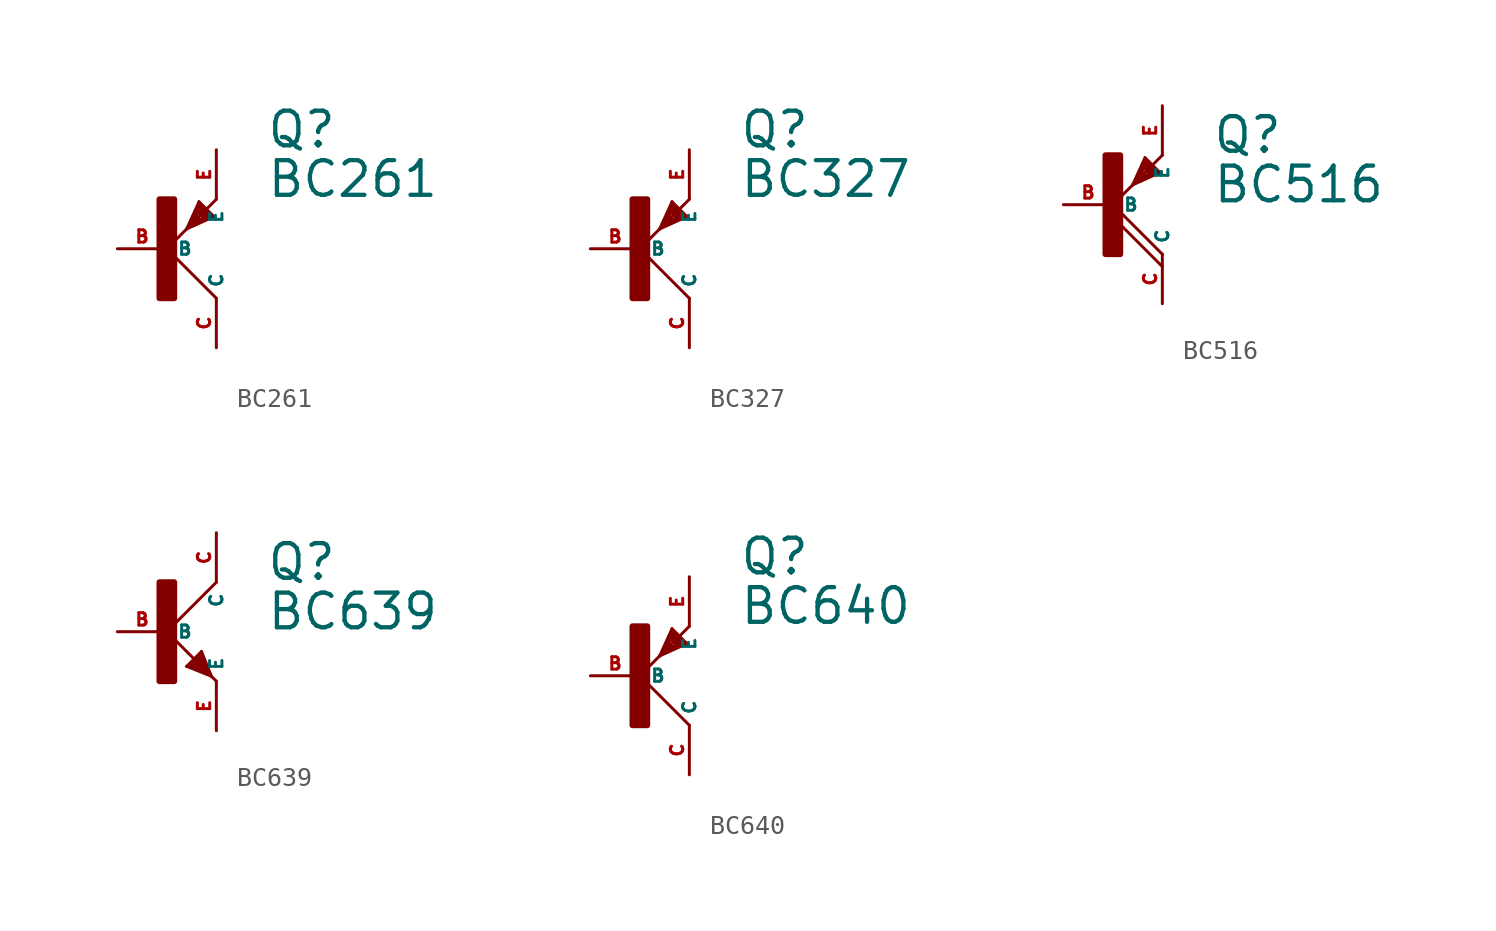
<source format=kicad_sym>
(kicad_symbol_lib
  (version 20220914)
  (generator Eagle2Kicad)
  (symbol "BC261"
    (property "Reference" "Q"
      (at 5.08 5.08 0)
      (effects (font (size 1.778 1.778) (thickness 0.22)) (justify left bottom)))
    (property "Value" "BC261"
      (at 5.08 2.54 0)
      (effects (font (size 1.778 1.778) (thickness 0.22)) (justify left bottom)))
    (polyline
      (pts (xy 2.54 -2.54) (xy 0 0))
      (stroke (width 0.152) (type default))
      (fill (type none)))
    (polyline
      (pts (xy 0 0) (xy 1.016 1.016))
      (stroke (width 0.152) (type default))
      (fill (type none)))
    (polyline
      (pts (xy 1.651 2.413) (xy 1.016 1.016))
      (stroke (width 0.152) (type default))
      (fill (type none)))
    (polyline
      (pts (xy 1.016 1.016) (xy 1.27 1.27))
      (stroke (width 0.152) (type default))
      (fill (type none)))
    (polyline
      (pts (xy 1.27 1.27) (xy 2.54 2.54))
      (stroke (width 0.152) (type default))
      (fill (type none)))
    (polyline
      (pts (xy 1.016 1.016) (xy 2.413 1.651))
      (stroke (width 0.152) (type default))
      (fill (type none)))
    (polyline
      (pts (xy 2.413 1.651) (xy 1.651 2.413))
      (stroke (width 0.152) (type default))
      (fill (type none)))
    (polyline
      (pts (xy 1.27 1.27) (xy 1.651 2.159))
      (stroke (width 0.254) (type default))
      (fill (type none)))
    (polyline
      (pts (xy 1.651 2.159) (xy 2.159 1.651))
      (stroke (width 0.254) (type default))
      (fill (type none)))
    (polyline
      (pts (xy 2.159 1.651) (xy 1.27 1.27))
      (stroke (width 0.254) (type default))
      (fill (type none)))
    (polyline
      (pts (xy 1.651 1.905) (xy 1.905 1.651))
      (stroke (width 0.254) (type default))
      (fill (type none)))
    (rectangle
      (start -0.381 -2.54)
      (end 0.381 2.54)
      (stroke (width 0.3) (type default))
      (fill (type outline)))
    (pin passive line
      (at -2.54 0 0)
      (length 2.54)
      (name "B" (effects (font (size 0.635 0.635) (thickness 0.08)) (justify left bottom)))
      (number "B" (effects (font (size 0.635 0.635) (thickness 0.08)) (justify left bottom))))
    (pin passive line
      (at 2.54 5.08 270)
      (length 2.54)
      (name "E" (effects (font (size 0.635 0.635) (thickness 0.08)) (justify left bottom)))
      (number "E" (effects (font (size 0.635 0.635) (thickness 0.08)) (justify left bottom))))
    (pin passive line
      (at 2.54 -5.08 90)
      (length 2.54)
      (name "C" (effects (font (size 0.635 0.635) (thickness 0.08)) (justify left bottom)))
      (number "C" (effects (font (size 0.635 0.635) (thickness 0.08)) (justify left bottom)))))
  (symbol "BC327"
    (property "Reference" "Q"
      (at 5.08 5.08 0)
      (effects (font (size 1.778 1.778) (thickness 0.22)) (justify left bottom)))
    (property "Value" "BC327"
      (at 5.08 2.54 0)
      (effects (font (size 1.778 1.778) (thickness 0.22)) (justify left bottom)))
    (polyline
      (pts (xy 2.54 -2.54) (xy 0 0))
      (stroke (width 0.152) (type default))
      (fill (type none)))
    (polyline
      (pts (xy 0 0) (xy 1.016 1.016))
      (stroke (width 0.152) (type default))
      (fill (type none)))
    (polyline
      (pts (xy 1.651 2.413) (xy 1.016 1.016))
      (stroke (width 0.152) (type default))
      (fill (type none)))
    (polyline
      (pts (xy 1.016 1.016) (xy 1.27 1.27))
      (stroke (width 0.152) (type default))
      (fill (type none)))
    (polyline
      (pts (xy 1.27 1.27) (xy 2.54 2.54))
      (stroke (width 0.152) (type default))
      (fill (type none)))
    (polyline
      (pts (xy 1.016 1.016) (xy 2.413 1.651))
      (stroke (width 0.152) (type default))
      (fill (type none)))
    (polyline
      (pts (xy 2.413 1.651) (xy 1.651 2.413))
      (stroke (width 0.152) (type default))
      (fill (type none)))
    (polyline
      (pts (xy 1.27 1.27) (xy 1.651 2.159))
      (stroke (width 0.254) (type default))
      (fill (type none)))
    (polyline
      (pts (xy 1.651 2.159) (xy 2.159 1.651))
      (stroke (width 0.254) (type default))
      (fill (type none)))
    (polyline
      (pts (xy 2.159 1.651) (xy 1.27 1.27))
      (stroke (width 0.254) (type default))
      (fill (type none)))
    (polyline
      (pts (xy 1.651 1.905) (xy 1.905 1.651))
      (stroke (width 0.254) (type default))
      (fill (type none)))
    (rectangle
      (start -0.381 -2.54)
      (end 0.381 2.54)
      (stroke (width 0.3) (type default))
      (fill (type outline)))
    (pin passive line
      (at -2.54 0 0)
      (length 2.54)
      (name "B" (effects (font (size 0.635 0.635) (thickness 0.08)) (justify left bottom)))
      (number "B" (effects (font (size 0.635 0.635) (thickness 0.08)) (justify left bottom))))
    (pin passive line
      (at 2.54 5.08 270)
      (length 2.54)
      (name "E" (effects (font (size 0.635 0.635) (thickness 0.08)) (justify left bottom)))
      (number "E" (effects (font (size 0.635 0.635) (thickness 0.08)) (justify left bottom))))
    (pin passive line
      (at 2.54 -5.08 90)
      (length 2.54)
      (name "C" (effects (font (size 0.635 0.635) (thickness 0.08)) (justify left bottom)))
      (number "C" (effects (font (size 0.635 0.635) (thickness 0.08)) (justify left bottom)))))
  (symbol "BC516"
    (property "Reference" "Q"
      (at 5.08 2.54 0)
      (effects (font (size 1.778 1.778) (thickness 0.22)) (justify left bottom)))
    (property "Value" "BC516"
      (at 5.08 0 0)
      (effects (font (size 1.778 1.778) (thickness 0.22)) (justify left bottom)))
    (polyline
      (pts (xy 2.54 -2.54) (xy 0 0))
      (stroke (width 0.152) (type default))
      (fill (type none)))
    (polyline
      (pts (xy 0 0) (xy 1.016 1.016))
      (stroke (width 0.152) (type default))
      (fill (type none)))
    (polyline
      (pts (xy 1.651 2.413) (xy 1.016 1.016))
      (stroke (width 0.152) (type default))
      (fill (type none)))
    (polyline
      (pts (xy 1.016 1.016) (xy 1.27 1.27))
      (stroke (width 0.152) (type default))
      (fill (type none)))
    (polyline
      (pts (xy 1.27 1.27) (xy 2.54 2.54))
      (stroke (width 0.152) (type default))
      (fill (type none)))
    (polyline
      (pts (xy 1.016 1.016) (xy 2.413 1.651))
      (stroke (width 0.152) (type default))
      (fill (type none)))
    (polyline
      (pts (xy 2.413 1.651) (xy 1.651 2.413))
      (stroke (width 0.152) (type default))
      (fill (type none)))
    (polyline
      (pts (xy 2.54 -3.175) (xy 0 -0.635))
      (stroke (width 0.152) (type default))
      (fill (type none)))
    (polyline
      (pts (xy 1.27 1.27) (xy 2.159 1.651))
      (stroke (width 0.254) (type default))
      (fill (type none)))
    (polyline
      (pts (xy 2.159 1.651) (xy 1.651 2.159))
      (stroke (width 0.254) (type default))
      (fill (type none)))
    (polyline
      (pts (xy 1.651 2.159) (xy 1.27 1.27))
      (stroke (width 0.254) (type default))
      (fill (type none)))
    (polyline
      (pts (xy 1.651 1.905) (xy 1.905 1.651))
      (stroke (width 0.254) (type default))
      (fill (type none)))
    (rectangle
      (start -0.381 -2.54)
      (end 0.381 2.54)
      (stroke (width 0.3) (type default))
      (fill (type outline)))
    (pin passive line
      (at -2.54 0 0)
      (length 2.54)
      (name "B" (effects (font (size 0.635 0.635) (thickness 0.08)) (justify left bottom)))
      (number "B" (effects (font (size 0.635 0.635) (thickness 0.08)) (justify left bottom))))
    (pin passive line
      (at 2.54 5.08 270)
      (length 2.54)
      (name "E" (effects (font (size 0.635 0.635) (thickness 0.08)) (justify left bottom)))
      (number "E" (effects (font (size 0.635 0.635) (thickness 0.08)) (justify left bottom))))
    (pin passive line
      (at 2.54 -5.08 90)
      (length 2.54)
      (name "C" (effects (font (size 0.635 0.635) (thickness 0.08)) (justify left bottom)))
      (number "C" (effects (font (size 0.635 0.635) (thickness 0.08)) (justify left bottom)))))
  (symbol "BC639"
    (property "Reference" "Q"
      (at 5.08 2.54 0)
      (effects (font (size 1.778 1.778) (thickness 0.22)) (justify left bottom)))
    (property "Value" "BC639"
      (at 5.08 0 0)
      (effects (font (size 1.778 1.778) (thickness 0.22)) (justify left bottom)))
    (polyline
      (pts (xy 2.54 2.54) (xy 0 0))
      (stroke (width 0.152) (type default))
      (fill (type none)))
    (polyline
      (pts (xy 0 0) (xy 2.032 -2.032))
      (stroke (width 0.152) (type default))
      (fill (type none)))
    (polyline
      (pts (xy 2.032 -2.032) (xy 2.286 -2.286))
      (stroke (width 0.152) (type default))
      (fill (type none)))
    (polyline
      (pts (xy 1.778 -1.016) (xy 2.286 -2.286))
      (stroke (width 0.152) (type default))
      (fill (type none)))
    (polyline
      (pts (xy 2.286 -2.286) (xy 2.54 -2.54))
      (stroke (width 0.152) (type default))
      (fill (type none)))
    (polyline
      (pts (xy 2.286 -2.286) (xy 1.016 -1.778))
      (stroke (width 0.152) (type default))
      (fill (type none)))
    (polyline
      (pts (xy 1.016 -1.778) (xy 1.778 -1.016))
      (stroke (width 0.152) (type default))
      (fill (type none)))
    (polyline
      (pts (xy 2.032 -2.032) (xy 1.778 -1.27))
      (stroke (width 0.254) (type default))
      (fill (type none)))
    (polyline
      (pts (xy 1.778 -1.27) (xy 1.27 -1.778))
      (stroke (width 0.254) (type default))
      (fill (type none)))
    (polyline
      (pts (xy 1.27 -1.778) (xy 2.032 -2.032))
      (stroke (width 0.254) (type default))
      (fill (type none)))
    (polyline
      (pts (xy 1.524 -1.778) (xy 1.778 -1.524))
      (stroke (width 0.254) (type default))
      (fill (type none)))
    (rectangle
      (start -0.381 -2.54)
      (end 0.381 2.54)
      (stroke (width 0.3) (type default))
      (fill (type outline)))
    (pin passive line
      (at -2.54 0 0)
      (length 2.54)
      (name "B" (effects (font (size 0.635 0.635) (thickness 0.08)) (justify left bottom)))
      (number "B" (effects (font (size 0.635 0.635) (thickness 0.08)) (justify left bottom))))
    (pin passive line
      (at 2.54 -5.08 90)
      (length 2.54)
      (name "E" (effects (font (size 0.635 0.635) (thickness 0.08)) (justify left bottom)))
      (number "E" (effects (font (size 0.635 0.635) (thickness 0.08)) (justify left bottom))))
    (pin passive line
      (at 2.54 5.08 270)
      (length 2.54)
      (name "C" (effects (font (size 0.635 0.635) (thickness 0.08)) (justify left bottom)))
      (number "C" (effects (font (size 0.635 0.635) (thickness 0.08)) (justify left bottom)))))
  (symbol "BC640"
    (property "Reference" "Q"
      (at 5.08 5.08 0)
      (effects (font (size 1.778 1.778) (thickness 0.22)) (justify left bottom)))
    (property "Value" "BC640"
      (at 5.08 2.54 0)
      (effects (font (size 1.778 1.778) (thickness 0.22)) (justify left bottom)))
    (polyline
      (pts (xy 2.54 -2.54) (xy 0 0))
      (stroke (width 0.152) (type default))
      (fill (type none)))
    (polyline
      (pts (xy 0 0) (xy 1.016 1.016))
      (stroke (width 0.152) (type default))
      (fill (type none)))
    (polyline
      (pts (xy 1.651 2.413) (xy 1.016 1.016))
      (stroke (width 0.152) (type default))
      (fill (type none)))
    (polyline
      (pts (xy 1.016 1.016) (xy 1.27 1.27))
      (stroke (width 0.152) (type default))
      (fill (type none)))
    (polyline
      (pts (xy 1.27 1.27) (xy 2.54 2.54))
      (stroke (width 0.152) (type default))
      (fill (type none)))
    (polyline
      (pts (xy 1.016 1.016) (xy 2.413 1.651))
      (stroke (width 0.152) (type default))
      (fill (type none)))
    (polyline
      (pts (xy 2.413 1.651) (xy 1.651 2.413))
      (stroke (width 0.152) (type default))
      (fill (type none)))
    (polyline
      (pts (xy 1.27 1.27) (xy 1.651 2.159))
      (stroke (width 0.254) (type default))
      (fill (type none)))
    (polyline
      (pts (xy 1.651 2.159) (xy 2.159 1.651))
      (stroke (width 0.254) (type default))
      (fill (type none)))
    (polyline
      (pts (xy 2.159 1.651) (xy 1.27 1.27))
      (stroke (width 0.254) (type default))
      (fill (type none)))
    (polyline
      (pts (xy 1.651 1.905) (xy 1.905 1.651))
      (stroke (width 0.254) (type default))
      (fill (type none)))
    (rectangle
      (start -0.381 -2.54)
      (end 0.381 2.54)
      (stroke (width 0.3) (type default))
      (fill (type outline)))
    (pin passive line
      (at -2.54 0 0)
      (length 2.54)
      (name "B" (effects (font (size 0.635 0.635) (thickness 0.08)) (justify left bottom)))
      (number "B" (effects (font (size 0.635 0.635) (thickness 0.08)) (justify left bottom))))
    (pin passive line
      (at 2.54 5.08 270)
      (length 2.54)
      (name "E" (effects (font (size 0.635 0.635) (thickness 0.08)) (justify left bottom)))
      (number "E" (effects (font (size 0.635 0.635) (thickness 0.08)) (justify left bottom))))
    (pin passive line
      (at 2.54 -5.08 90)
      (length 2.54)
      (name "C" (effects (font (size 0.635 0.635) (thickness 0.08)) (justify left bottom)))
      (number "C" (effects (font (size 0.635 0.635) (thickness 0.08)) (justify left bottom))))))
</source>
